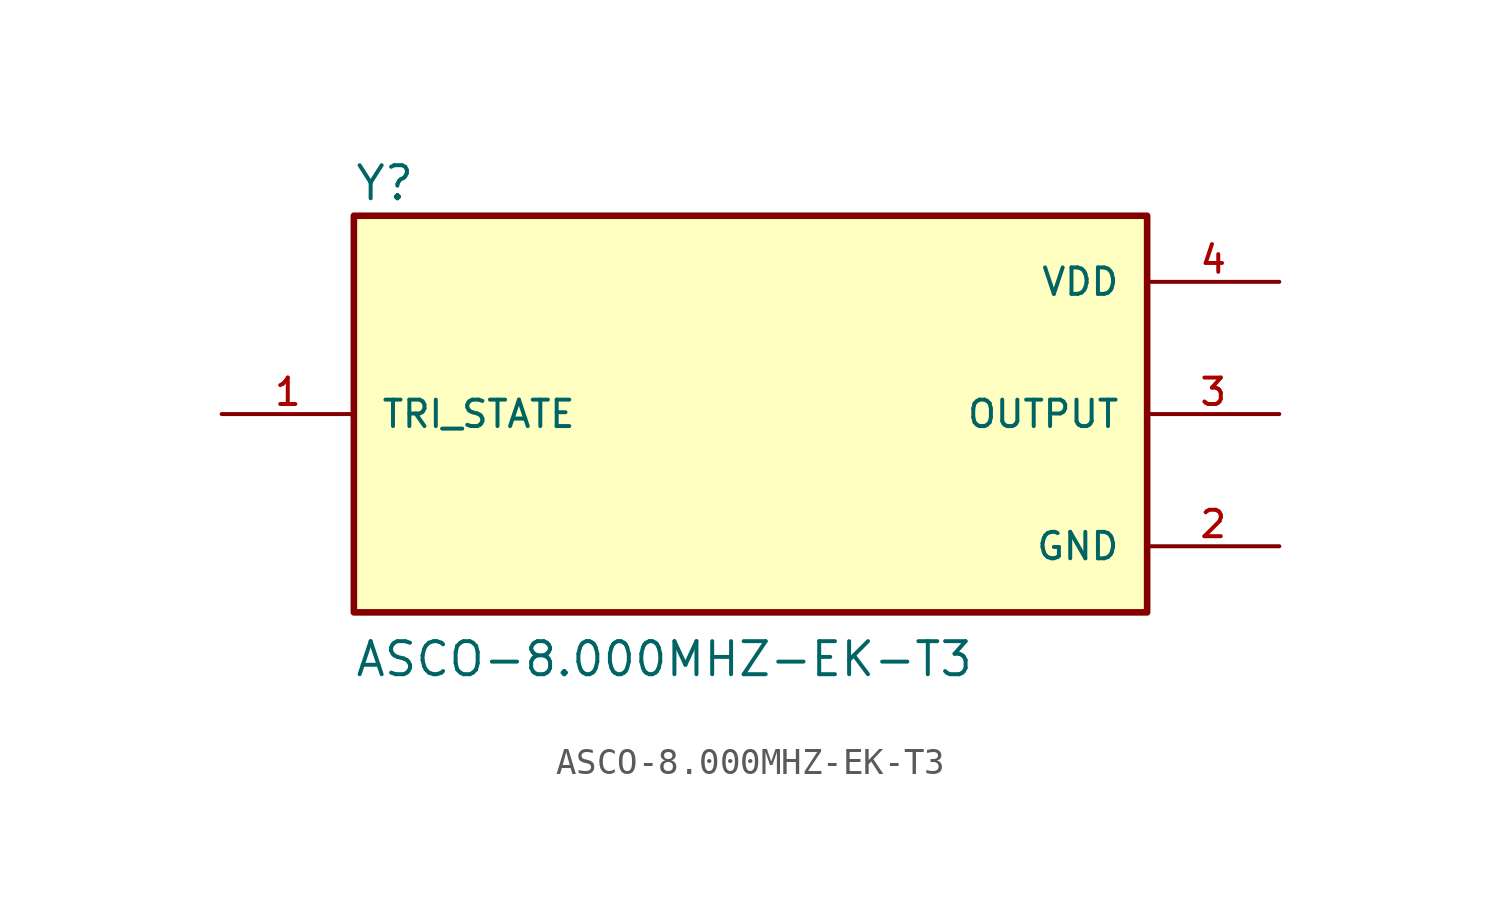
<source format=kicad_sym>
(kicad_symbol_lib
  (version 20211014)
  (generator kicad_symbol_editor)
  (symbol "ASCO-8.000MHZ-EK-T3"
    (pin_names
      (offset 1.016))
    (property "Reference" "Y"
      (at -15.24 8.128 0)
      (effects (font (size 1.27 1.27)) (justify bottom left)))
    (property "Value" "ASCO-8.000MHZ-EK-T3"
      (at -15.24 -10.16 0)
      (effects (font (size 1.27 1.27)) (justify bottom left)))
    (symbol "ASCO-8.000MHZ-EK-T3_0_0"
      (rectangle (start -15.24 -7.62) (end 15.24 7.62) (stroke (width 0.254)) (fill (type background)))
      (pin power_in line (at 20.32 5.08 180.0) (length 5.08) (name "VDD" (effects (font (size 1.016 1.016)))) (number "4" (effects (font (size 1.016 1.016)))))
      (pin passive line (at -20.32 0.0 0) (length 5.08) (name "TRI_STATE" (effects (font (size 1.016 1.016)))) (number "1" (effects (font (size 1.016 1.016)))))
      (pin power_in line (at 20.32 -5.08 180.0) (length 5.08) (name "GND" (effects (font (size 1.016 1.016)))) (number "2" (effects (font (size 1.016 1.016)))))
      (pin output line (at 20.32 0.0 180.0) (length 5.08) (name "OUTPUT" (effects (font (size 1.016 1.016)))) (number "3" (effects (font (size 1.016 1.016))))))))
</source>
